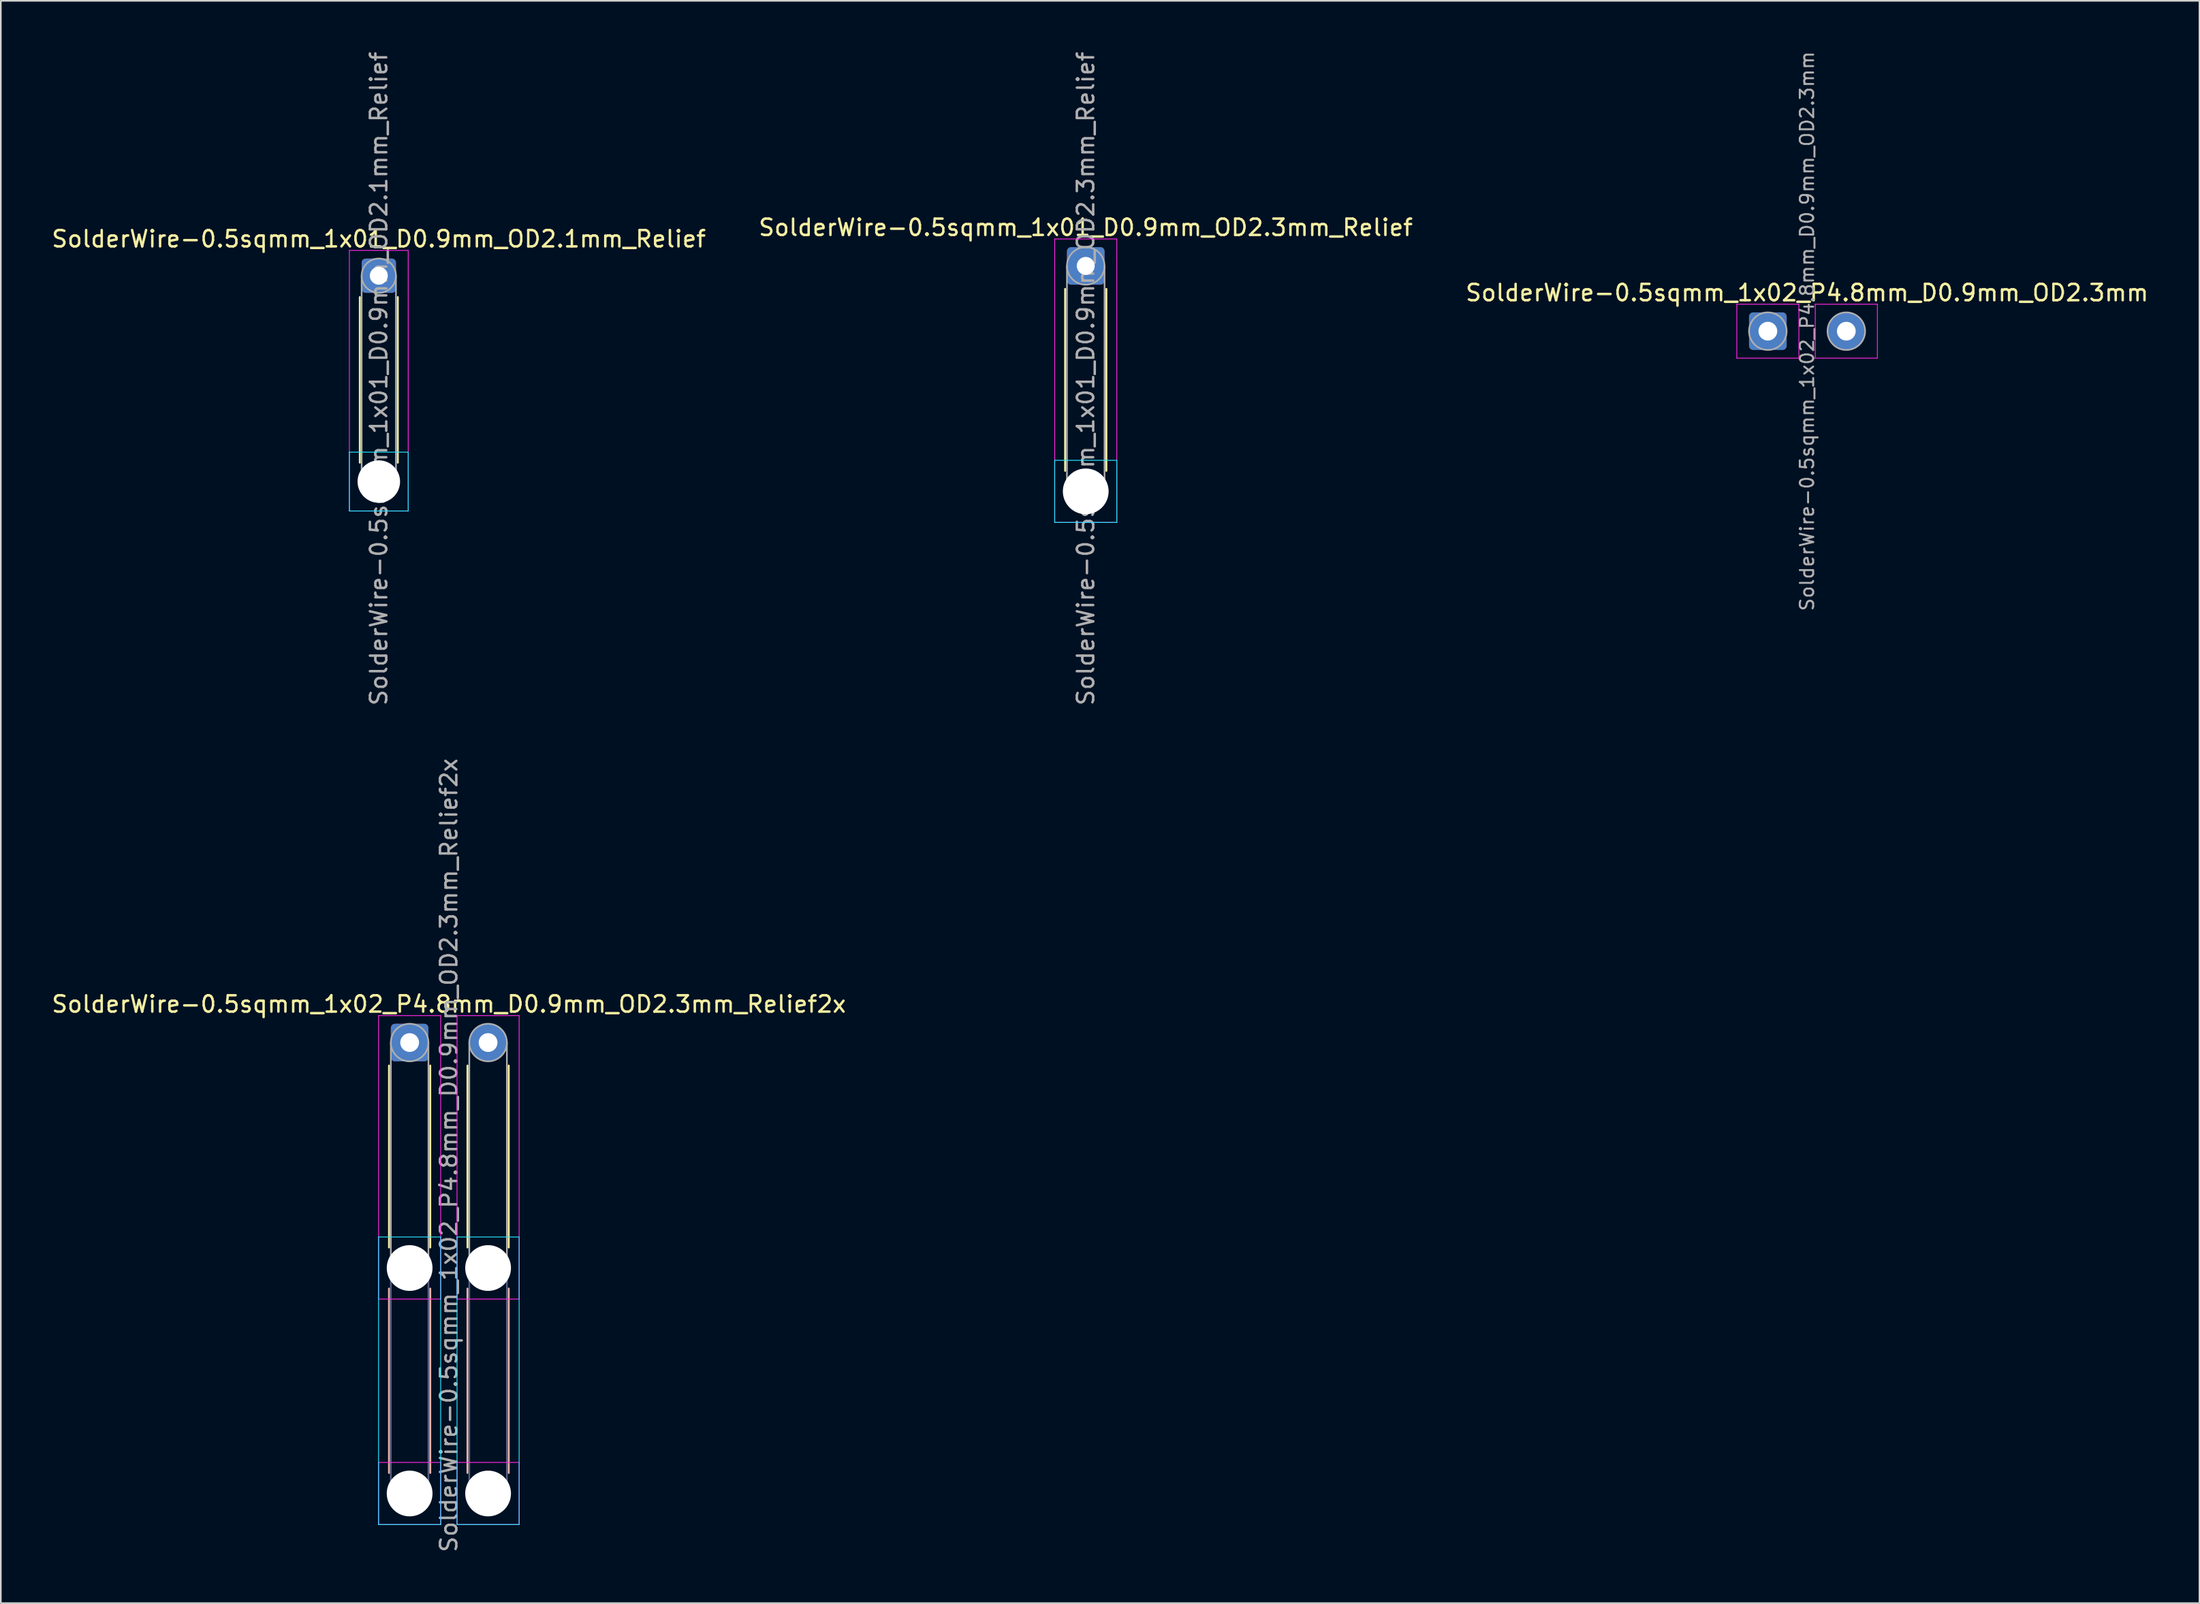
<source format=kicad_pcb>
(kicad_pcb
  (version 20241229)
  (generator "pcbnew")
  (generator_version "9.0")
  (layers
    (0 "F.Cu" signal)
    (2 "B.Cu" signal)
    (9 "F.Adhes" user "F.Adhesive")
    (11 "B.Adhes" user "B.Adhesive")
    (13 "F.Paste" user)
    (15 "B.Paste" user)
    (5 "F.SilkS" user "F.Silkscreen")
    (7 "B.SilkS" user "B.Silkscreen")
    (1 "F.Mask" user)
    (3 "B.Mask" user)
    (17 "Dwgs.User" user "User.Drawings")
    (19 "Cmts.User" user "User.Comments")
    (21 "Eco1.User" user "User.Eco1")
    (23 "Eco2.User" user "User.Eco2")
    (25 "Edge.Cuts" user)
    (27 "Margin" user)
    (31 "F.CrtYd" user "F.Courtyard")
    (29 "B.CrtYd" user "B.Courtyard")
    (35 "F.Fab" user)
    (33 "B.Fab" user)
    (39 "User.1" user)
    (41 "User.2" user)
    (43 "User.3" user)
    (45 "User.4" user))
  (footprint "SolderWire-0.5sqmm_1x02_P4.8mm_D0.9mm_OD2.3mm_Relief2x"
    (layer "F.Cu")
    (at 22.011 60.761)
    (property "Reference" "SolderWire-0.5sqmm_1x02_P4.8mm_D0.9mm_OD2.3mm_Relief2x" (at 2.4 -2.35 0) (layer "F.SilkS") (effects (font (size 1 1) (thickness 0.15))))
    (attr exclude_from_pos_files exclude_from_bom)
    (fp_line (start -1.26 1.41) (end -1.26 12.54) (stroke (width 0.12) (type solid)) (layer "F.SilkS"))
    (fp_line (start 1.26 1.41) (end 1.26 12.54) (stroke (width 0.12) (type solid)) (layer "F.SilkS"))
    (fp_line (start 3.54 1.41) (end 3.54 12.54) (stroke (width 0.12) (type solid)) (layer "F.SilkS"))
    (fp_line (start 6.06 1.41) (end 6.06 12.54) (stroke (width 0.12) (type solid)) (layer "F.SilkS"))
    (fp_line (start -1.26 15.06) (end -1.26 26.34) (stroke (width 0.12) (type solid)) (layer "B.SilkS"))
    (fp_line (start 1.26 15.06) (end 1.26 26.34) (stroke (width 0.12) (type solid)) (layer "B.SilkS"))
    (fp_line (start 3.54 15.06) (end 3.54 26.34) (stroke (width 0.12) (type solid)) (layer "B.SilkS"))
    (fp_line (start 6.06 15.06) (end 6.06 26.34) (stroke (width 0.12) (type solid)) (layer "B.SilkS"))
    (fp_line (start -1.9 11.9) (end -1.9 29.5) (stroke (width 0.05) (type solid)) (layer "B.CrtYd"))
    (fp_line (start -1.9 29.5) (end 1.9 29.5) (stroke (width 0.05) (type solid)) (layer "B.CrtYd"))
    (fp_line (start 1.9 11.9) (end -1.9 11.9) (stroke (width 0.05) (type solid)) (layer "B.CrtYd"))
    (fp_line (start 1.9 29.5) (end 1.9 11.9) (stroke (width 0.05) (type solid)) (layer "B.CrtYd"))
    (fp_line (start 2.9 11.9) (end 2.9 29.5) (stroke (width 0.05) (type solid)) (layer "B.CrtYd"))
    (fp_line (start 2.9 29.5) (end 6.7 29.5) (stroke (width 0.05) (type solid)) (layer "B.CrtYd"))
    (fp_line (start 6.7 11.9) (end 2.9 11.9) (stroke (width 0.05) (type solid)) (layer "B.CrtYd"))
    (fp_line (start 6.7 29.5) (end 6.7 11.9) (stroke (width 0.05) (type solid)) (layer "B.CrtYd"))
    (fp_line (start -1.9 -1.65) (end -1.9 15.7) (stroke (width 0.05) (type solid)) (layer "F.CrtYd"))
    (fp_line (start -1.9 15.7) (end 1.9 15.7) (stroke (width 0.05) (type solid)) (layer "F.CrtYd"))
    (fp_line (start -1.9 25.7) (end -1.9 29.5) (stroke (width 0.05) (type solid)) (layer "F.CrtYd"))
    (fp_line (start -1.9 29.5) (end 1.9 29.5) (stroke (width 0.05) (type solid)) (layer "F.CrtYd"))
    (fp_line (start 1.9 -1.65) (end -1.9 -1.65) (stroke (width 0.05) (type solid)) (layer "F.CrtYd"))
    (fp_line (start 1.9 15.7) (end 1.9 -1.65) (stroke (width 0.05) (type solid)) (layer "F.CrtYd"))
    (fp_line (start 1.9 25.7) (end -1.9 25.7) (stroke (width 0.05) (type solid)) (layer "F.CrtYd"))
    (fp_line (start 1.9 29.5) (end 1.9 25.7) (stroke (width 0.05) (type solid)) (layer "F.CrtYd"))
    (fp_line (start 2.9 -1.65) (end 2.9 15.7) (stroke (width 0.05) (type solid)) (layer "F.CrtYd"))
    (fp_line (start 2.9 15.7) (end 6.7 15.7) (stroke (width 0.05) (type solid)) (layer "F.CrtYd"))
    (fp_line (start 2.9 25.7) (end 2.9 29.5) (stroke (width 0.05) (type solid)) (layer "F.CrtYd"))
    (fp_line (start 2.9 29.5) (end 6.7 29.5) (stroke (width 0.05) (type solid)) (layer "F.CrtYd"))
    (fp_line (start 6.7 -1.65) (end 2.9 -1.65) (stroke (width 0.05) (type solid)) (layer "F.CrtYd"))
    (fp_line (start 6.7 15.7) (end 6.7 -1.65) (stroke (width 0.05) (type solid)) (layer "F.CrtYd"))
    (fp_line (start 6.7 25.7) (end 2.9 25.7) (stroke (width 0.05) (type solid)) (layer "F.CrtYd"))
    (fp_line (start 6.7 29.5) (end 6.7 25.7) (stroke (width 0.05) (type solid)) (layer "F.CrtYd"))
    (fp_line (start -1.15 13.8) (end -1.15 27.6) (stroke (width 0.1) (type solid)) (layer "B.Fab"))
    (fp_line (start 1.15 13.8) (end 1.15 27.6) (stroke (width 0.1) (type solid)) (layer "B.Fab"))
    (fp_line (start 3.65 13.8) (end 3.65 27.6) (stroke (width 0.1) (type solid)) (layer "B.Fab"))
    (fp_line (start 5.95 13.8) (end 5.95 27.6) (stroke (width 0.1) (type solid)) (layer "B.Fab"))
    (fp_circle (center 0 13.8) (end 1.15 13.8) (stroke (width 0.1) (type solid)) (fill no) (layer "B.Fab"))
    (fp_circle (center 0 27.6) (end 1.15 27.6) (stroke (width 0.1) (type solid)) (fill no) (layer "B.Fab"))
    (fp_circle (center 4.8 13.8) (end 5.95 13.8) (stroke (width 0.1) (type solid)) (fill no) (layer "B.Fab"))
    (fp_circle (center 4.8 27.6) (end 5.95 27.6) (stroke (width 0.1) (type solid)) (fill no) (layer "B.Fab"))
    (fp_line (start -1.15 0) (end -1.15 13.8) (stroke (width 0.1) (type solid)) (layer "F.Fab"))
    (fp_line (start 1.15 0) (end 1.15 13.8) (stroke (width 0.1) (type solid)) (layer "F.Fab"))
    (fp_line (start 3.65 0) (end 3.65 13.8) (stroke (width 0.1) (type solid)) (layer "F.Fab"))
    (fp_line (start 5.95 0) (end 5.95 13.8) (stroke (width 0.1) (type solid)) (layer "F.Fab"))
    (fp_circle (center 0 0) (end 1.15 0) (stroke (width 0.1) (type solid)) (fill no) (layer "F.Fab"))
    (fp_circle (center 0 13.8) (end 1.15 13.8) (stroke (width 0.1) (type solid)) (fill no) (layer "F.Fab"))
    (fp_circle (center 0 27.6) (end 1.15 27.6) (stroke (width 0.1) (type solid)) (fill no) (layer "F.Fab"))
    (fp_circle (center 4.8 0) (end 5.95 0) (stroke (width 0.1) (type solid)) (fill no) (layer "F.Fab"))
    (fp_circle (center 4.8 13.8) (end 5.95 13.8) (stroke (width 0.1) (type solid)) (fill no) (layer "F.Fab"))
    (fp_circle (center 4.8 27.6) (end 5.95 27.6) (stroke (width 0.1) (type solid)) (fill no) (layer "F.Fab"))
    (fp_text user "${REFERENCE}" (at 2.4 6.9 90) (layer "F.Fab") (effects (font (size 1 1) (thickness 0.15))))
    (pad "" np_thru_hole circle (at 0 13.8) (size 2.8 2.8) (drill 2.8) (layers "*.Cu" "*.Mask"))
    (pad "" np_thru_hole circle (at 0 27.6) (size 2.8 2.8) (drill 2.8) (layers "*.Cu" "*.Mask"))
    (pad "" np_thru_hole circle (at 4.8 13.8) (size 2.8 2.8) (drill 2.8) (layers "*.Cu" "*.Mask"))
    (pad "" np_thru_hole circle (at 4.8 27.6) (size 2.8 2.8) (drill 2.8) (layers "*.Cu" "*.Mask"))
    (pad "1" thru_hole roundrect (at 0 0) (size 2.3 2.3) (drill 1.15) (layers "*.Cu" "*.Mask") (roundrect_rratio 0.109))
    (pad "2" thru_hole circle (at 4.8 0) (size 2.3 2.3) (drill 1.15) (layers "*.Cu" "*.Mask")))
  (footprint "SolderWire-0.5sqmm_1x01_D0.9mm_OD2.3mm_Relief"
    (layer "F.Cu")
    (at 63.375 13.225)
    (property "Reference" "SolderWire-0.5sqmm_1x01_D0.9mm_OD2.3mm_Relief" (at 0 -2.35 0) (layer "F.SilkS") (effects (font (size 1 1) (thickness 0.15))))
    (attr exclude_from_pos_files exclude_from_bom)
    (fp_line (start -1.26 1.41) (end -1.26 12.54) (stroke (width 0.12) (type solid)) (layer "F.SilkS"))
    (fp_line (start 1.26 1.41) (end 1.26 12.54) (stroke (width 0.12) (type solid)) (layer "F.SilkS"))
    (fp_line (start -1.9 11.9) (end -1.9 15.7) (stroke (width 0.05) (type solid)) (layer "B.CrtYd"))
    (fp_line (start -1.9 15.7) (end 1.9 15.7) (stroke (width 0.05) (type solid)) (layer "B.CrtYd"))
    (fp_line (start 1.9 11.9) (end -1.9 11.9) (stroke (width 0.05) (type solid)) (layer "B.CrtYd"))
    (fp_line (start 1.9 15.7) (end 1.9 11.9) (stroke (width 0.05) (type solid)) (layer "B.CrtYd"))
    (fp_line (start -1.9 -1.65) (end -1.9 15.7) (stroke (width 0.05) (type solid)) (layer "F.CrtYd"))
    (fp_line (start -1.9 15.7) (end 1.9 15.7) (stroke (width 0.05) (type solid)) (layer "F.CrtYd"))
    (fp_line (start 1.9 -1.65) (end -1.9 -1.65) (stroke (width 0.05) (type solid)) (layer "F.CrtYd"))
    (fp_line (start 1.9 15.7) (end 1.9 -1.65) (stroke (width 0.05) (type solid)) (layer "F.CrtYd"))
    (fp_line (start -1.15 0) (end -1.15 13.8) (stroke (width 0.1) (type solid)) (layer "F.Fab"))
    (fp_line (start 1.15 0) (end 1.15 13.8) (stroke (width 0.1) (type solid)) (layer "F.Fab"))
    (fp_circle (center 0 0) (end 1.15 0) (stroke (width 0.1) (type solid)) (fill no) (layer "F.Fab"))
    (fp_circle (center 0 13.8) (end 1.15 13.8) (stroke (width 0.1) (type solid)) (fill no) (layer "F.Fab"))
    (fp_text user "${REFERENCE}" (at 0 6.9 90) (layer "F.Fab") (effects (font (size 1 1) (thickness 0.15))))
    (pad "" np_thru_hole circle (at 0 13.8) (size 2.8 2.8) (drill 2.8) (layers "*.Cu" "*.Mask"))
    (pad "1" thru_hole roundrect (at 0 0) (size 2.3 2.3) (drill 1.1) (layers "*.Cu" "*.Mask") (roundrect_rratio 0.109)))
  (footprint "SolderWire-0.5sqmm_1x01_D0.9mm_OD2.1mm_Relief"
    (layer "F.Cu")
    (at 20.125 13.825)
    (property "Reference" "SolderWire-0.5sqmm_1x01_D0.9mm_OD2.1mm_Relief" (at 0 -2.25 0) (layer "F.SilkS") (effects (font (size 1 1) (thickness 0.15))))
    (attr exclude_from_pos_files exclude_from_bom)
    (fp_line (start -1.16 1.31) (end -1.16 11.44) (stroke (width 0.12) (type solid)) (layer "F.SilkS"))
    (fp_line (start 1.16 1.31) (end 1.16 11.44) (stroke (width 0.12) (type solid)) (layer "F.SilkS"))
    (fp_line (start -1.8 10.8) (end -1.8 14.4) (stroke (width 0.05) (type solid)) (layer "B.CrtYd"))
    (fp_line (start -1.8 14.4) (end 1.8 14.4) (stroke (width 0.05) (type solid)) (layer "B.CrtYd"))
    (fp_line (start 1.8 10.8) (end -1.8 10.8) (stroke (width 0.05) (type solid)) (layer "B.CrtYd"))
    (fp_line (start 1.8 14.4) (end 1.8 10.8) (stroke (width 0.05) (type solid)) (layer "B.CrtYd"))
    (fp_line (start -1.8 -1.55) (end -1.8 14.4) (stroke (width 0.05) (type solid)) (layer "F.CrtYd"))
    (fp_line (start -1.8 14.4) (end 1.8 14.4) (stroke (width 0.05) (type solid)) (layer "F.CrtYd"))
    (fp_line (start 1.8 -1.55) (end -1.8 -1.55) (stroke (width 0.05) (type solid)) (layer "F.CrtYd"))
    (fp_line (start 1.8 14.4) (end 1.8 -1.55) (stroke (width 0.05) (type solid)) (layer "F.CrtYd"))
    (fp_line (start -1.05 0) (end -1.05 12.6) (stroke (width 0.1) (type solid)) (layer "F.Fab"))
    (fp_line (start 1.05 0) (end 1.05 12.6) (stroke (width 0.1) (type solid)) (layer "F.Fab"))
    (fp_circle (center 0 0) (end 1.05 0) (stroke (width 0.1) (type solid)) (fill no) (layer "F.Fab"))
    (fp_circle (center 0 12.6) (end 1.05 12.6) (stroke (width 0.1) (type solid)) (fill no) (layer "F.Fab"))
    (fp_text user "${REFERENCE}" (at 0 6.3 90) (layer "F.Fab") (effects (font (size 1 1) (thickness 0.15))))
    (pad "" np_thru_hole circle (at 0 12.6) (size 2.6 2.6) (drill 2.6) (layers "*.Cu" "*.Mask"))
    (pad "1" thru_hole roundrect (at 0 0) (size 2.1 2.1) (drill 1.1) (layers "*.Cu" "*.Mask") (roundrect_rratio 0.119)))
  (footprint "SolderWire-0.5sqmm_1x02_P4.8mm_D0.9mm_OD2.3mm"
    (layer "F.Cu")
    (at 105.106 17.22)
    (property "Reference" "SolderWire-0.5sqmm_1x02_P4.8mm_D0.9mm_OD2.3mm" (at 2.4 -2.35 0) (layer "F.SilkS") (effects (font (size 1 1) (thickness 0.15))))
    (attr exclude_from_pos_files exclude_from_bom)
    (fp_line (start -1.9 -1.65) (end -1.9 1.65) (stroke (width 0.05) (type solid)) (layer "F.CrtYd"))
    (fp_line (start -1.9 1.65) (end 1.9 1.65) (stroke (width 0.05) (type solid)) (layer "F.CrtYd"))
    (fp_line (start 1.9 -1.65) (end -1.9 -1.65) (stroke (width 0.05) (type solid)) (layer "F.CrtYd"))
    (fp_line (start 1.9 1.65) (end 1.9 -1.65) (stroke (width 0.05) (type solid)) (layer "F.CrtYd"))
    (fp_line (start 2.9 -1.65) (end 2.9 1.65) (stroke (width 0.05) (type solid)) (layer "F.CrtYd"))
    (fp_line (start 2.9 1.65) (end 6.7 1.65) (stroke (width 0.05) (type solid)) (layer "F.CrtYd"))
    (fp_line (start 6.7 -1.65) (end 2.9 -1.65) (stroke (width 0.05) (type solid)) (layer "F.CrtYd"))
    (fp_line (start 6.7 1.65) (end 6.7 -1.65) (stroke (width 0.05) (type solid)) (layer "F.CrtYd"))
    (fp_circle (center 0 0) (end 1.15 0) (stroke (width 0.1) (type solid)) (fill no) (layer "F.Fab"))
    (fp_circle (center 4.8 0) (end 5.95 0) (stroke (width 0.1) (type solid)) (fill no) (layer "F.Fab"))
    (fp_text user "${REFERENCE}" (at 2.4 0 90) (layer "F.Fab") (effects (font (size 0.82 0.82) (thickness 0.12))))
    (pad "1" thru_hole roundrect (at 0 0) (size 2.3 2.3) (drill 1.15) (layers "*.Cu" "*.Mask") (roundrect_rratio 0.109))
    (pad "2" thru_hole circle (at 4.8 0) (size 2.3 2.3) (drill 1.15) (layers "*.Cu" "*.Mask")))
  (gr_rect
    (start -3 -3)
    (end 131.512 95.071)
    (stroke (width 0.1) (type default))
    (fill no)
    (layer "Edge.Cuts")))
</source>
